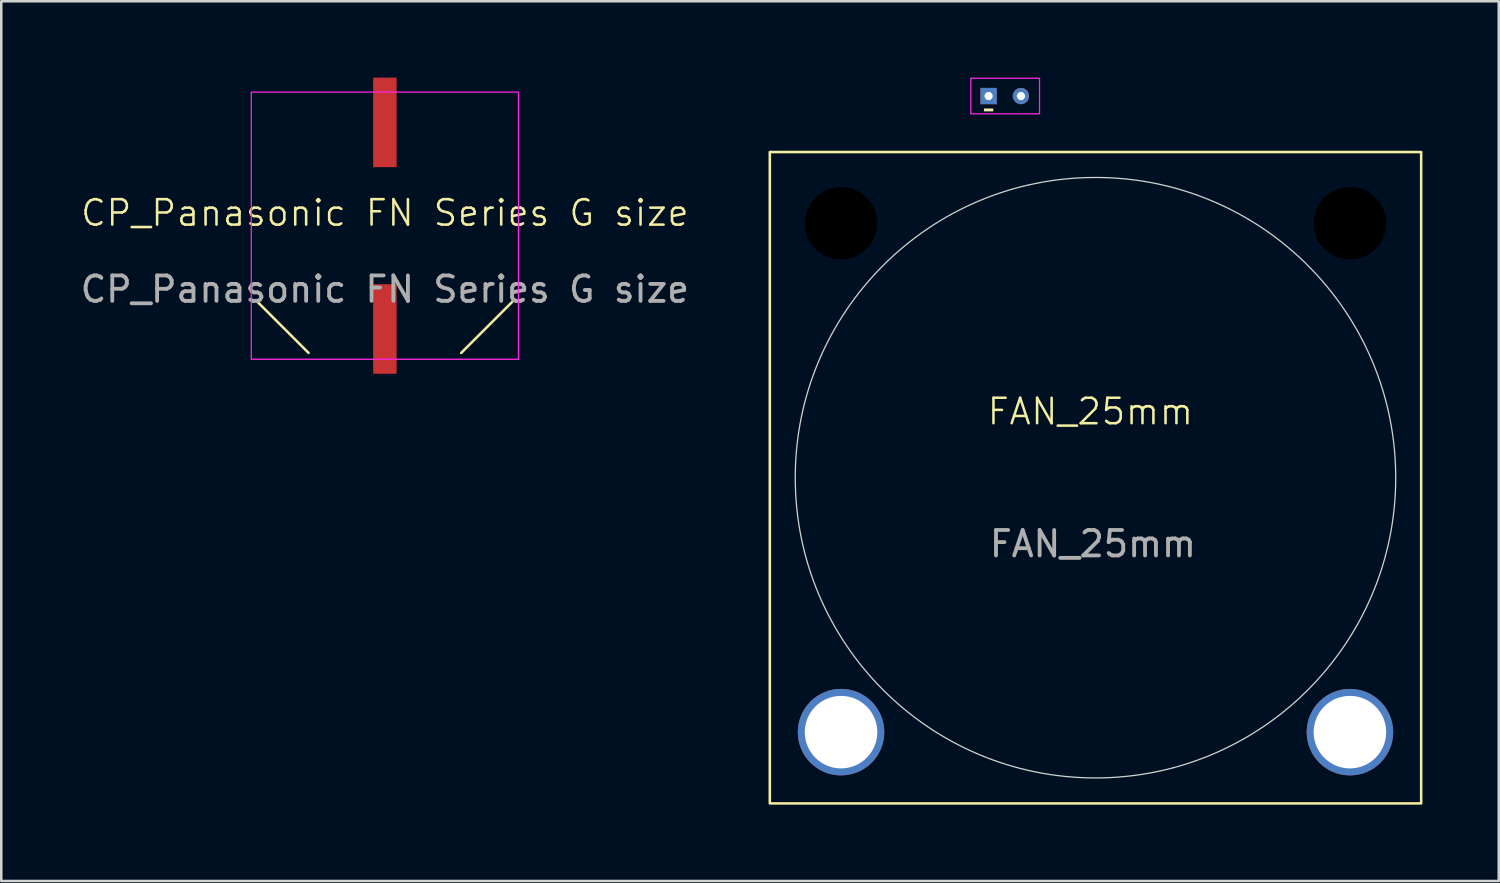
<source format=kicad_pcb>
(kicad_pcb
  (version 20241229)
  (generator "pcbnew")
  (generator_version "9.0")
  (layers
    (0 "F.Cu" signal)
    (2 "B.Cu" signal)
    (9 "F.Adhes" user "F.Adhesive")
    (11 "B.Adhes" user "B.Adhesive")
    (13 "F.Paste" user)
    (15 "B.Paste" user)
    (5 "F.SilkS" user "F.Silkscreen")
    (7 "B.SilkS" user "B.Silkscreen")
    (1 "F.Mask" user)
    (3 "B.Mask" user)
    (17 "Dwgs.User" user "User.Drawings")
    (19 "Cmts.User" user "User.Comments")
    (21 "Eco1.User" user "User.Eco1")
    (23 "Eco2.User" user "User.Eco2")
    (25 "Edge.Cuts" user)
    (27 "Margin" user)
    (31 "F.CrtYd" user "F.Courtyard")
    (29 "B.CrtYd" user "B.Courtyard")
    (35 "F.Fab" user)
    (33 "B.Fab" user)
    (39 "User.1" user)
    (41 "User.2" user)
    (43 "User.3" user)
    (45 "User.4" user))
  (footprint "FAN_25mm"
    (layer "F.Cu")
    (at 40.005 15.725)
    (property "Reference" "FAN_25mm" (at -0.2 -2.6 0) (unlocked yes) (layer "F.SilkS") (effects (font (size 1 1) (thickness 0.1))))
    (attr through_hole)
    (fp_rect (start -12.8 -12.8) (end 12.8 12.8) (stroke (width 0.1) (type default)) (fill no) (layer "F.SilkS"))
    (fp_circle (center 0 0) (end 11.8 0) (stroke (width 0.05) (type default)) (fill no) (layer "Edge.Cuts"))
    (fp_rect (start -4.9 -15.7) (end -2.2 -14.3) (stroke (width 0.05) (type default)) (fill no) (layer "F.CrtYd"))
    (fp_text user "-" (at -4.2 -13.9 0) (unlocked yes) (layer "F.SilkS") (effects (font (face "Bauhaus 93") (size 1 1) (thickness 0.15)) (justify bottom)))
    (fp_text user "${REFERENCE}" (at -0.1 2.6 0) (unlocked yes) (layer "F.Fab") (effects (font (size 1 1) (thickness 0.15))))
    (pad "" np_thru_hole circle (at -10 -10) (size 3.4 3.4) (drill 2.85) (layers "*.Mask"))
    (pad "" np_thru_hole circle (at -10 10) (size 3.4 3.4) (drill 2.85) (layers "*.Cu" "*.Mask"))
    (pad "" np_thru_hole circle (at 10 -10) (size 3.4 3.4) (drill 2.85) (layers "*.Mask"))
    (pad "" np_thru_hole circle (at 10 10) (size 3.4 3.4) (drill 2.85) (layers "*.Cu" "*.Mask"))
    (pad "1" thru_hole rect (at -4.2 -15) (size 0.64 0.64) (drill 0.32) (layers "*.Cu" "*.Mask"))
    (pad "2" thru_hole circle (at -2.93 -15) (size 0.64 0.64) (drill 0.32) (layers "*.Cu" "*.Mask")))
  (footprint "CP_Panasonic FN Series G size"
    (layer "F.Cu")
    (at 12.077 5.82)
    (property "Reference" "CP_Panasonic FN Series G size" (at 0 -0.5 0) (unlocked yes) (layer "F.SilkS") (effects (font (size 1 1) (thickness 0.1))))
    (attr board_only exclude_from_pos_files exclude_from_bom)
    (fp_line (start -5 3) (end -3 5) (stroke (width 0.1) (type default)) (layer "F.SilkS"))
    (fp_line (start 3 5) (end 5 3) (stroke (width 0.1) (type default)) (layer "F.SilkS"))
    (fp_rect (start -5.25 -5.25) (end 5.25 5.25) (stroke (width 0.05) (type solid)) (fill no) (layer "F.CrtYd"))
    (fp_text user "${REFERENCE}" (at 0 2.5 0) (unlocked yes) (layer "F.Fab") (effects (font (size 1 1) (thickness 0.15))))
    (pad "1" smd rect (at 0 4.06) (size 0.92 3.52) (layers "F.Cu" "F.Mask" "F.Paste"))
    (pad "2" smd rect (at 0 -4.06) (size 0.92 3.52) (layers "F.Cu" "F.Mask" "F.Paste")))
  (gr_rect
    (start -3 -3)
    (end 55.855 31.575)
    (stroke (width 0.1) (type default))
    (fill no)
    (layer "Edge.Cuts")))
</source>
